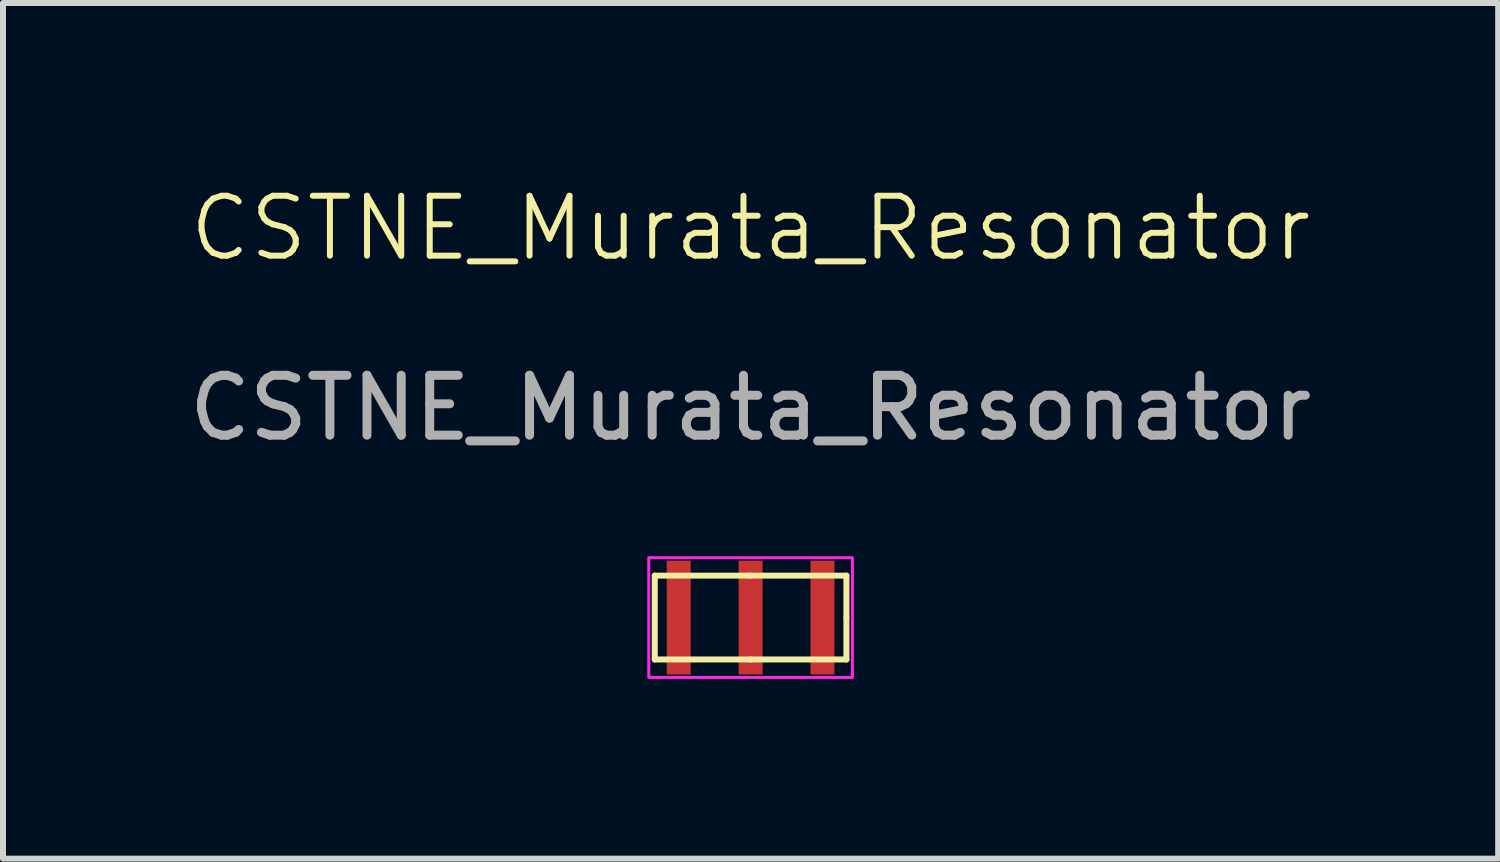
<source format=kicad_pcb>
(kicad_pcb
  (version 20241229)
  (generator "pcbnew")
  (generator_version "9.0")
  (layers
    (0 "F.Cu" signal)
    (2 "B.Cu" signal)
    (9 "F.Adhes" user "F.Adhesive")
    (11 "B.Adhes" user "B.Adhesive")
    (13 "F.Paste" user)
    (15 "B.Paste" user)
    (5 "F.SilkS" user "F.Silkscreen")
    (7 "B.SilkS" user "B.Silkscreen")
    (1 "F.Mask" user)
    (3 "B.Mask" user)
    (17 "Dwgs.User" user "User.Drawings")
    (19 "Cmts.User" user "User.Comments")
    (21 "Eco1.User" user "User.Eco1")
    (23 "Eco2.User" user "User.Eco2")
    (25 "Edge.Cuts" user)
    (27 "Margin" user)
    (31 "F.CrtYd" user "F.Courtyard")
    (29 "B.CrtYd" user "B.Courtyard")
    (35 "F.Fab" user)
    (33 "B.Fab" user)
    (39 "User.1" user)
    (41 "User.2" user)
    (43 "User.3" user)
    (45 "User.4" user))
  (footprint "CSTNE_Murata_Resonator"
    (layer "F.Cu")
    (at 9.482 7.261)
    (property "Reference" "CSTNE_Murata_Resonator" (at 0 -6.5 0) (unlocked yes) (layer "F.SilkS") (effects (font (size 1 1) (thickness 0.1))))
    (attr smd)
    (fp_line (start -1.6 -0.7) (end 0 -0.7) (stroke (width 0.1) (type default)) (layer "F.SilkS"))
    (fp_line (start -1.6 0.7) (end -1.6 -0.7) (stroke (width 0.1) (type default)) (layer "F.SilkS"))
    (fp_line (start 0 -0.7) (end 1.6 -0.7) (stroke (width 0.1) (type default)) (layer "F.SilkS"))
    (fp_line (start 0 0.7) (end -1.6 0.7) (stroke (width 0.1) (type default)) (layer "F.SilkS"))
    (fp_line (start 1.6 -0.7) (end 1.6 0) (stroke (width 0.1) (type default)) (layer "F.SilkS"))
    (fp_line (start 1.6 0) (end 1.6 0.7) (stroke (width 0.1) (type default)) (layer "F.SilkS"))
    (fp_line (start 1.6 0.7) (end 0 0.7) (stroke (width 0.1) (type default)) (layer "F.SilkS"))
    (fp_rect (start -1.7 -1) (end 1.7 1) (stroke (width 0.05) (type default)) (fill no) (layer "F.CrtYd"))
    (fp_text user "${REFERENCE}" (at 0 -3.5 0) (unlocked yes) (layer "F.Fab") (effects (font (size 1 1) (thickness 0.15))))
    (pad "1" smd rect (at -1.2 0) (size 0.4 1.9) (layers "F.Cu" "F.Mask" "F.Paste"))
    (pad "2" smd rect (at 0 0) (size 0.4 1.9) (layers "F.Cu" "F.Mask" "F.Paste"))
    (pad "3" smd rect (at 1.2 0) (size 0.4 1.9) (layers "F.Cu" "F.Mask" "F.Paste")))
  (gr_rect
    (start -3 -3)
    (end 21.964 11.286)
    (stroke (width 0.1) (type default))
    (fill no)
    (layer "Edge.Cuts")))
</source>
